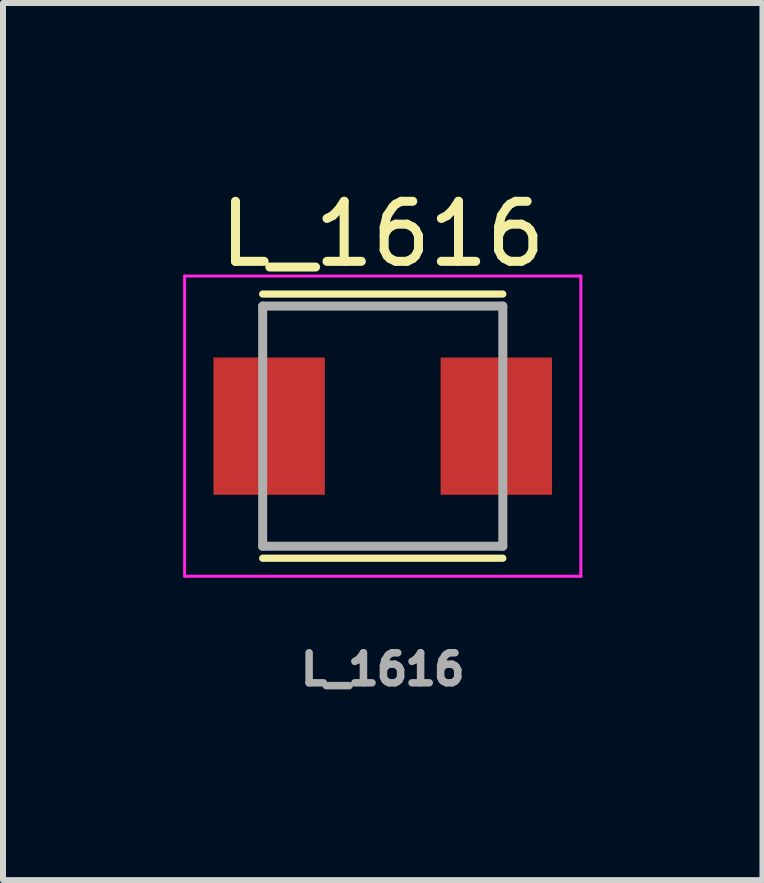
<source format=kicad_pcb>
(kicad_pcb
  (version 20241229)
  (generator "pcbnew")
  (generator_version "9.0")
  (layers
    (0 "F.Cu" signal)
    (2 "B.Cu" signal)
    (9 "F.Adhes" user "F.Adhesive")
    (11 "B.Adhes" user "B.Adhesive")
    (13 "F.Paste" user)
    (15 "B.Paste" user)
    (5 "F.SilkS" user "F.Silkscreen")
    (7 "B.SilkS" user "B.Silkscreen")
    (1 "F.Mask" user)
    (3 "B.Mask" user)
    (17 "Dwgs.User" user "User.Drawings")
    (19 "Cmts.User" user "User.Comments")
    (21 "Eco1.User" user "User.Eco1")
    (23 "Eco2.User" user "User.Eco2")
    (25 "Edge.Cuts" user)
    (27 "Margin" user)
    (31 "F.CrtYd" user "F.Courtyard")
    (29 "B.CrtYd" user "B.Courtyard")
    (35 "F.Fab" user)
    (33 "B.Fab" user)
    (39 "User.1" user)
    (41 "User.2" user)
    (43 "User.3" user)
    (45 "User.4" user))
  (footprint "L_1616"
    (layer "F.Cu")
    (at 3.325 4.048)
    (property "Reference" "L_1616" (at 0 -3.2 0) (layer "F.SilkS") (effects (font (size 1 1) (thickness 0.15))))
    (attr smd)
    (fp_line (start -2 -2.2) (end 2 -2.2) (stroke (width 0.12) (type solid)) (layer "F.SilkS"))
    (fp_line (start 2 2.2) (end -2 2.2) (stroke (width 0.12) (type solid)) (layer "F.SilkS"))
    (fp_line (start -3.3 -2.5) (end 3.3 -2.5) (stroke (width 0.05) (type solid)) (layer "F.CrtYd"))
    (fp_line (start -3.3 2.5) (end -3.3 -2.5) (stroke (width 0.05) (type solid)) (layer "F.CrtYd"))
    (fp_line (start 3.3 -2.5) (end 3.3 2.5) (stroke (width 0.05) (type solid)) (layer "F.CrtYd"))
    (fp_line (start 3.3 2.5) (end -3.3 2.5) (stroke (width 0.05) (type solid)) (layer "F.CrtYd"))
    (fp_line (start -2 -2) (end -2 2) (stroke (width 0.15) (type solid)) (layer "F.Fab"))
    (fp_line (start -2 -2) (end 2 -2) (stroke (width 0.15) (type solid)) (layer "F.Fab"))
    (fp_line (start 2 -2) (end 2 2) (stroke (width 0.15) (type solid)) (layer "F.Fab"))
    (fp_line (start 2 2) (end -2 2) (stroke (width 0.15) (type solid)) (layer "F.Fab"))
    (fp_text user "${REFERENCE}" (at 0 4.05 0) (layer "F.Fab") (effects (font (size 0.5 0.5) (thickness 0.125))))
    (pad "1" smd rect (at -1.892 0) (size 1.855 2.286) (layers "F.Cu" "F.Mask" "F.Paste"))
    (pad "2" smd rect (at 1.892 0) (size 1.855 2.286) (layers "F.Cu" "F.Mask" "F.Paste")))
  (gr_rect
    (start -3 -3)
    (end 9.65 11.61)
    (stroke (width 0.1) (type default))
    (fill no)
    (layer "Edge.Cuts")))
</source>
